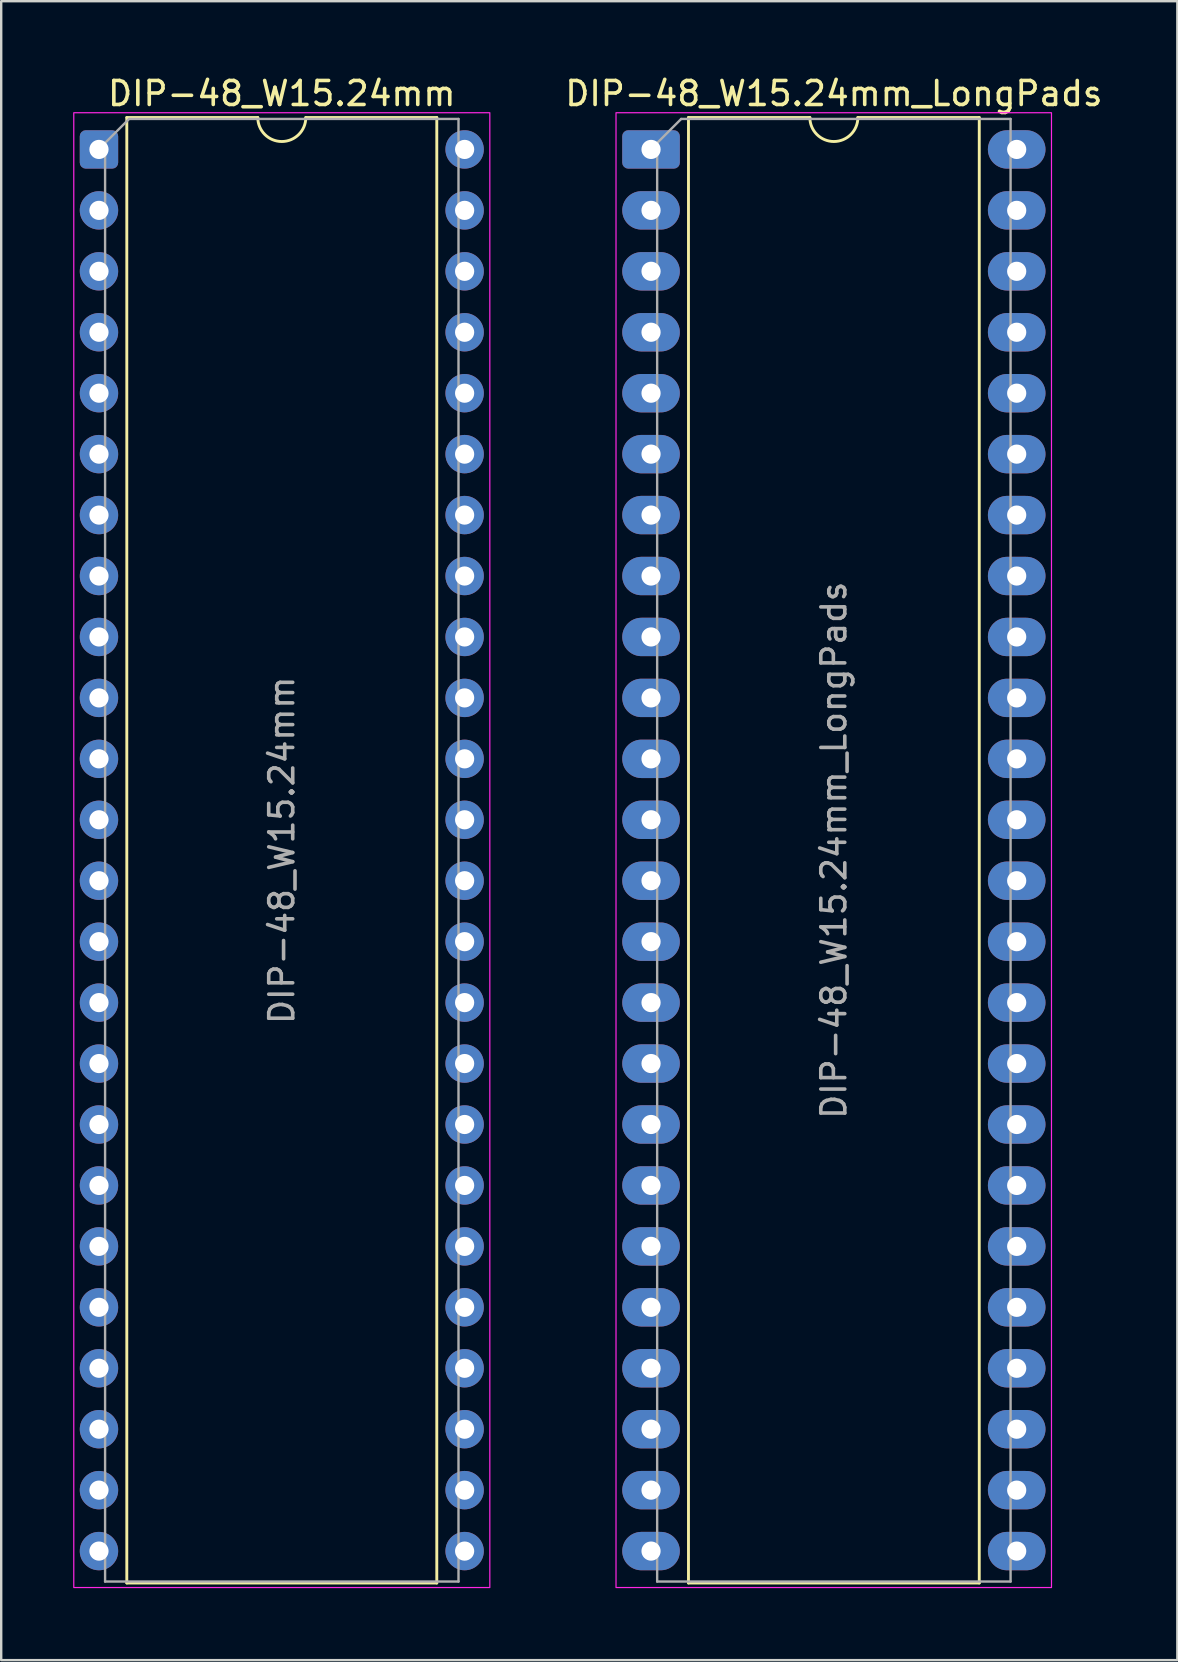
<source format=kicad_pcb>
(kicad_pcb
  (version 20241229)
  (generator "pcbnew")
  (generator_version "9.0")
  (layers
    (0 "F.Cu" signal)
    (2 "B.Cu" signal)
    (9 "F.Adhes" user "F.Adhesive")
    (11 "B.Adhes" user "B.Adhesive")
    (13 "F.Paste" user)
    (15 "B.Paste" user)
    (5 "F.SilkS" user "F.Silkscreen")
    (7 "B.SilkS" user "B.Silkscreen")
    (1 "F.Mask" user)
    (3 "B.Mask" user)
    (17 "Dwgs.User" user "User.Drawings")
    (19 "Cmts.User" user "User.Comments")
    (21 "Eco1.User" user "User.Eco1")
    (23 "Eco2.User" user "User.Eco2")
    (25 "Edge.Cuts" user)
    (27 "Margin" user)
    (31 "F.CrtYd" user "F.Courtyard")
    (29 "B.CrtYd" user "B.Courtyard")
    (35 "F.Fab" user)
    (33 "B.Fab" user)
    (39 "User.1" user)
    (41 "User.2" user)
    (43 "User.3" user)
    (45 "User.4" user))
  (footprint "DIP-48_W15.24mm"
    (layer "F.Cu")
    (at 1.075 3.178)
    (property "Reference" "DIP-48_W15.24mm" (at 7.62 -2.33 0) (layer "F.SilkS") (effects (font (size 1 1) (thickness 0.15))))
    (attr through_hole)
    (fp_line (start 1.16 -1.33) (end 1.16 59.75) (stroke (width 0.12) (type solid)) (layer "F.SilkS"))
    (fp_line (start 1.16 59.75) (end 14.08 59.75) (stroke (width 0.12) (type solid)) (layer "F.SilkS"))
    (fp_line (start 6.62 -1.33) (end 1.16 -1.33) (stroke (width 0.12) (type solid)) (layer "F.SilkS"))
    (fp_line (start 14.08 -1.33) (end 8.62 -1.33) (stroke (width 0.12) (type solid)) (layer "F.SilkS"))
    (fp_line (start 14.08 59.75) (end 14.08 -1.33) (stroke (width 0.12) (type solid)) (layer "F.SilkS"))
    (fp_arc (start 8.62 -1.33) (mid 7.62 -0.33) (end 6.62 -1.33) (stroke (width 0.12) (type solid)) (layer "F.SilkS"))
    (fp_rect (start -1.05 -1.53) (end 16.29 59.94) (stroke (width 0.05) (type solid)) (fill no) (layer "F.CrtYd"))
    (fp_line (start 0.255 -0.27) (end 1.255 -1.27) (stroke (width 0.1) (type solid)) (layer "F.Fab"))
    (fp_line (start 0.255 59.69) (end 0.255 -0.27) (stroke (width 0.1) (type solid)) (layer "F.Fab"))
    (fp_line (start 1.255 -1.27) (end 14.985 -1.27) (stroke (width 0.1) (type solid)) (layer "F.Fab"))
    (fp_line (start 14.985 -1.27) (end 14.985 59.69) (stroke (width 0.1) (type solid)) (layer "F.Fab"))
    (fp_line (start 14.985 59.69) (end 0.255 59.69) (stroke (width 0.1) (type solid)) (layer "F.Fab"))
    (fp_text user "${REFERENCE}" (at 7.62 29.21 90) (layer "F.Fab") (effects (font (size 1 1) (thickness 0.15))))
    (pad "1" thru_hole roundrect (at 0 0) (size 1.6 1.6) (drill 0.8) (layers "*.Cu" "*.Mask") (roundrect_rratio 0.156))
    (pad "2" thru_hole circle (at 0 2.54) (size 1.6 1.6) (drill 0.8) (layers "*.Cu" "*.Mask"))
    (pad "3" thru_hole circle (at 0 5.08) (size 1.6 1.6) (drill 0.8) (layers "*.Cu" "*.Mask"))
    (pad "4" thru_hole circle (at 0 7.62) (size 1.6 1.6) (drill 0.8) (layers "*.Cu" "*.Mask"))
    (pad "5" thru_hole circle (at 0 10.16) (size 1.6 1.6) (drill 0.8) (layers "*.Cu" "*.Mask"))
    (pad "6" thru_hole circle (at 0 12.7) (size 1.6 1.6) (drill 0.8) (layers "*.Cu" "*.Mask"))
    (pad "7" thru_hole circle (at 0 15.24) (size 1.6 1.6) (drill 0.8) (layers "*.Cu" "*.Mask"))
    (pad "8" thru_hole circle (at 0 17.78) (size 1.6 1.6) (drill 0.8) (layers "*.Cu" "*.Mask"))
    (pad "9" thru_hole circle (at 0 20.32) (size 1.6 1.6) (drill 0.8) (layers "*.Cu" "*.Mask"))
    (pad "10" thru_hole circle (at 0 22.86) (size 1.6 1.6) (drill 0.8) (layers "*.Cu" "*.Mask"))
    (pad "11" thru_hole circle (at 0 25.4) (size 1.6 1.6) (drill 0.8) (layers "*.Cu" "*.Mask"))
    (pad "12" thru_hole circle (at 0 27.94) (size 1.6 1.6) (drill 0.8) (layers "*.Cu" "*.Mask"))
    (pad "13" thru_hole circle (at 0 30.48) (size 1.6 1.6) (drill 0.8) (layers "*.Cu" "*.Mask"))
    (pad "14" thru_hole circle (at 0 33.02) (size 1.6 1.6) (drill 0.8) (layers "*.Cu" "*.Mask"))
    (pad "15" thru_hole circle (at 0 35.56) (size 1.6 1.6) (drill 0.8) (layers "*.Cu" "*.Mask"))
    (pad "16" thru_hole circle (at 0 38.1) (size 1.6 1.6) (drill 0.8) (layers "*.Cu" "*.Mask"))
    (pad "17" thru_hole circle (at 0 40.64) (size 1.6 1.6) (drill 0.8) (layers "*.Cu" "*.Mask"))
    (pad "18" thru_hole circle (at 0 43.18) (size 1.6 1.6) (drill 0.8) (layers "*.Cu" "*.Mask"))
    (pad "19" thru_hole circle (at 0 45.72) (size 1.6 1.6) (drill 0.8) (layers "*.Cu" "*.Mask"))
    (pad "20" thru_hole circle (at 0 48.26) (size 1.6 1.6) (drill 0.8) (layers "*.Cu" "*.Mask"))
    (pad "21" thru_hole circle (at 0 50.8) (size 1.6 1.6) (drill 0.8) (layers "*.Cu" "*.Mask"))
    (pad "22" thru_hole circle (at 0 53.34) (size 1.6 1.6) (drill 0.8) (layers "*.Cu" "*.Mask"))
    (pad "23" thru_hole circle (at 0 55.88) (size 1.6 1.6) (drill 0.8) (layers "*.Cu" "*.Mask"))
    (pad "24" thru_hole circle (at 0 58.42) (size 1.6 1.6) (drill 0.8) (layers "*.Cu" "*.Mask"))
    (pad "25" thru_hole circle (at 15.24 58.42) (size 1.6 1.6) (drill 0.8) (layers "*.Cu" "*.Mask"))
    (pad "26" thru_hole circle (at 15.24 55.88) (size 1.6 1.6) (drill 0.8) (layers "*.Cu" "*.Mask"))
    (pad "27" thru_hole circle (at 15.24 53.34) (size 1.6 1.6) (drill 0.8) (layers "*.Cu" "*.Mask"))
    (pad "28" thru_hole circle (at 15.24 50.8) (size 1.6 1.6) (drill 0.8) (layers "*.Cu" "*.Mask"))
    (pad "29" thru_hole circle (at 15.24 48.26) (size 1.6 1.6) (drill 0.8) (layers "*.Cu" "*.Mask"))
    (pad "30" thru_hole circle (at 15.24 45.72) (size 1.6 1.6) (drill 0.8) (layers "*.Cu" "*.Mask"))
    (pad "31" thru_hole circle (at 15.24 43.18) (size 1.6 1.6) (drill 0.8) (layers "*.Cu" "*.Mask"))
    (pad "32" thru_hole circle (at 15.24 40.64) (size 1.6 1.6) (drill 0.8) (layers "*.Cu" "*.Mask"))
    (pad "33" thru_hole circle (at 15.24 38.1) (size 1.6 1.6) (drill 0.8) (layers "*.Cu" "*.Mask"))
    (pad "34" thru_hole circle (at 15.24 35.56) (size 1.6 1.6) (drill 0.8) (layers "*.Cu" "*.Mask"))
    (pad "35" thru_hole circle (at 15.24 33.02) (size 1.6 1.6) (drill 0.8) (layers "*.Cu" "*.Mask"))
    (pad "36" thru_hole circle (at 15.24 30.48) (size 1.6 1.6) (drill 0.8) (layers "*.Cu" "*.Mask"))
    (pad "37" thru_hole circle (at 15.24 27.94) (size 1.6 1.6) (drill 0.8) (layers "*.Cu" "*.Mask"))
    (pad "38" thru_hole circle (at 15.24 25.4) (size 1.6 1.6) (drill 0.8) (layers "*.Cu" "*.Mask"))
    (pad "39" thru_hole circle (at 15.24 22.86) (size 1.6 1.6) (drill 0.8) (layers "*.Cu" "*.Mask"))
    (pad "40" thru_hole circle (at 15.24 20.32) (size 1.6 1.6) (drill 0.8) (layers "*.Cu" "*.Mask"))
    (pad "41" thru_hole circle (at 15.24 17.78) (size 1.6 1.6) (drill 0.8) (layers "*.Cu" "*.Mask"))
    (pad "42" thru_hole circle (at 15.24 15.24) (size 1.6 1.6) (drill 0.8) (layers "*.Cu" "*.Mask"))
    (pad "43" thru_hole circle (at 15.24 12.7) (size 1.6 1.6) (drill 0.8) (layers "*.Cu" "*.Mask"))
    (pad "44" thru_hole circle (at 15.24 10.16) (size 1.6 1.6) (drill 0.8) (layers "*.Cu" "*.Mask"))
    (pad "45" thru_hole circle (at 15.24 7.62) (size 1.6 1.6) (drill 0.8) (layers "*.Cu" "*.Mask"))
    (pad "46" thru_hole circle (at 15.24 5.08) (size 1.6 1.6) (drill 0.8) (layers "*.Cu" "*.Mask"))
    (pad "47" thru_hole circle (at 15.24 2.54) (size 1.6 1.6) (drill 0.8) (layers "*.Cu" "*.Mask"))
    (pad "48" thru_hole circle (at 15.24 0) (size 1.6 1.6) (drill 0.8) (layers "*.Cu" "*.Mask")))
  (footprint "DIP-48_W15.24mm_LongPads"
    (layer "F.Cu")
    (at 24.085 3.178)
    (property "Reference" "DIP-48_W15.24mm_LongPads" (at 7.62 -2.33 0) (layer "F.SilkS") (effects (font (size 1 1) (thickness 0.15))))
    (attr through_hole)
    (fp_line (start 1.56 -1.33) (end 1.56 59.75) (stroke (width 0.12) (type solid)) (layer "F.SilkS"))
    (fp_line (start 1.56 59.75) (end 13.68 59.75) (stroke (width 0.12) (type solid)) (layer "F.SilkS"))
    (fp_line (start 6.62 -1.33) (end 1.56 -1.33) (stroke (width 0.12) (type solid)) (layer "F.SilkS"))
    (fp_line (start 13.68 -1.33) (end 8.62 -1.33) (stroke (width 0.12) (type solid)) (layer "F.SilkS"))
    (fp_line (start 13.68 59.75) (end 13.68 -1.33) (stroke (width 0.12) (type solid)) (layer "F.SilkS"))
    (fp_arc (start 8.62 -1.33) (mid 7.62 -0.33) (end 6.62 -1.33) (stroke (width 0.12) (type solid)) (layer "F.SilkS"))
    (fp_rect (start -1.46 -1.53) (end 16.69 59.94) (stroke (width 0.05) (type solid)) (fill no) (layer "F.CrtYd"))
    (fp_line (start 0.255 -0.27) (end 1.255 -1.27) (stroke (width 0.1) (type solid)) (layer "F.Fab"))
    (fp_line (start 0.255 59.69) (end 0.255 -0.27) (stroke (width 0.1) (type solid)) (layer "F.Fab"))
    (fp_line (start 1.255 -1.27) (end 14.985 -1.27) (stroke (width 0.1) (type solid)) (layer "F.Fab"))
    (fp_line (start 14.985 -1.27) (end 14.985 59.69) (stroke (width 0.1) (type solid)) (layer "F.Fab"))
    (fp_line (start 14.985 59.69) (end 0.255 59.69) (stroke (width 0.1) (type solid)) (layer "F.Fab"))
    (fp_text user "${REFERENCE}" (at 7.62 29.21 90) (layer "F.Fab") (effects (font (size 1 1) (thickness 0.15))))
    (pad "1" thru_hole roundrect (at 0 0) (size 2.4 1.6) (drill 0.8) (layers "*.Cu" "*.Mask") (roundrect_rratio 0.156))
    (pad "2" thru_hole oval (at 0 2.54) (size 2.4 1.6) (drill 0.8) (layers "*.Cu" "*.Mask"))
    (pad "3" thru_hole oval (at 0 5.08) (size 2.4 1.6) (drill 0.8) (layers "*.Cu" "*.Mask"))
    (pad "4" thru_hole oval (at 0 7.62) (size 2.4 1.6) (drill 0.8) (layers "*.Cu" "*.Mask"))
    (pad "5" thru_hole oval (at 0 10.16) (size 2.4 1.6) (drill 0.8) (layers "*.Cu" "*.Mask"))
    (pad "6" thru_hole oval (at 0 12.7) (size 2.4 1.6) (drill 0.8) (layers "*.Cu" "*.Mask"))
    (pad "7" thru_hole oval (at 0 15.24) (size 2.4 1.6) (drill 0.8) (layers "*.Cu" "*.Mask"))
    (pad "8" thru_hole oval (at 0 17.78) (size 2.4 1.6) (drill 0.8) (layers "*.Cu" "*.Mask"))
    (pad "9" thru_hole oval (at 0 20.32) (size 2.4 1.6) (drill 0.8) (layers "*.Cu" "*.Mask"))
    (pad "10" thru_hole oval (at 0 22.86) (size 2.4 1.6) (drill 0.8) (layers "*.Cu" "*.Mask"))
    (pad "11" thru_hole oval (at 0 25.4) (size 2.4 1.6) (drill 0.8) (layers "*.Cu" "*.Mask"))
    (pad "12" thru_hole oval (at 0 27.94) (size 2.4 1.6) (drill 0.8) (layers "*.Cu" "*.Mask"))
    (pad "13" thru_hole oval (at 0 30.48) (size 2.4 1.6) (drill 0.8) (layers "*.Cu" "*.Mask"))
    (pad "14" thru_hole oval (at 0 33.02) (size 2.4 1.6) (drill 0.8) (layers "*.Cu" "*.Mask"))
    (pad "15" thru_hole oval (at 0 35.56) (size 2.4 1.6) (drill 0.8) (layers "*.Cu" "*.Mask"))
    (pad "16" thru_hole oval (at 0 38.1) (size 2.4 1.6) (drill 0.8) (layers "*.Cu" "*.Mask"))
    (pad "17" thru_hole oval (at 0 40.64) (size 2.4 1.6) (drill 0.8) (layers "*.Cu" "*.Mask"))
    (pad "18" thru_hole oval (at 0 43.18) (size 2.4 1.6) (drill 0.8) (layers "*.Cu" "*.Mask"))
    (pad "19" thru_hole oval (at 0 45.72) (size 2.4 1.6) (drill 0.8) (layers "*.Cu" "*.Mask"))
    (pad "20" thru_hole oval (at 0 48.26) (size 2.4 1.6) (drill 0.8) (layers "*.Cu" "*.Mask"))
    (pad "21" thru_hole oval (at 0 50.8) (size 2.4 1.6) (drill 0.8) (layers "*.Cu" "*.Mask"))
    (pad "22" thru_hole oval (at 0 53.34) (size 2.4 1.6) (drill 0.8) (layers "*.Cu" "*.Mask"))
    (pad "23" thru_hole oval (at 0 55.88) (size 2.4 1.6) (drill 0.8) (layers "*.Cu" "*.Mask"))
    (pad "24" thru_hole oval (at 0 58.42) (size 2.4 1.6) (drill 0.8) (layers "*.Cu" "*.Mask"))
    (pad "25" thru_hole oval (at 15.24 58.42) (size 2.4 1.6) (drill 0.8) (layers "*.Cu" "*.Mask"))
    (pad "26" thru_hole oval (at 15.24 55.88) (size 2.4 1.6) (drill 0.8) (layers "*.Cu" "*.Mask"))
    (pad "27" thru_hole oval (at 15.24 53.34) (size 2.4 1.6) (drill 0.8) (layers "*.Cu" "*.Mask"))
    (pad "28" thru_hole oval (at 15.24 50.8) (size 2.4 1.6) (drill 0.8) (layers "*.Cu" "*.Mask"))
    (pad "29" thru_hole oval (at 15.24 48.26) (size 2.4 1.6) (drill 0.8) (layers "*.Cu" "*.Mask"))
    (pad "30" thru_hole oval (at 15.24 45.72) (size 2.4 1.6) (drill 0.8) (layers "*.Cu" "*.Mask"))
    (pad "31" thru_hole oval (at 15.24 43.18) (size 2.4 1.6) (drill 0.8) (layers "*.Cu" "*.Mask"))
    (pad "32" thru_hole oval (at 15.24 40.64) (size 2.4 1.6) (drill 0.8) (layers "*.Cu" "*.Mask"))
    (pad "33" thru_hole oval (at 15.24 38.1) (size 2.4 1.6) (drill 0.8) (layers "*.Cu" "*.Mask"))
    (pad "34" thru_hole oval (at 15.24 35.56) (size 2.4 1.6) (drill 0.8) (layers "*.Cu" "*.Mask"))
    (pad "35" thru_hole oval (at 15.24 33.02) (size 2.4 1.6) (drill 0.8) (layers "*.Cu" "*.Mask"))
    (pad "36" thru_hole oval (at 15.24 30.48) (size 2.4 1.6) (drill 0.8) (layers "*.Cu" "*.Mask"))
    (pad "37" thru_hole oval (at 15.24 27.94) (size 2.4 1.6) (drill 0.8) (layers "*.Cu" "*.Mask"))
    (pad "38" thru_hole oval (at 15.24 25.4) (size 2.4 1.6) (drill 0.8) (layers "*.Cu" "*.Mask"))
    (pad "39" thru_hole oval (at 15.24 22.86) (size 2.4 1.6) (drill 0.8) (layers "*.Cu" "*.Mask"))
    (pad "40" thru_hole oval (at 15.24 20.32) (size 2.4 1.6) (drill 0.8) (layers "*.Cu" "*.Mask"))
    (pad "41" thru_hole oval (at 15.24 17.78) (size 2.4 1.6) (drill 0.8) (layers "*.Cu" "*.Mask"))
    (pad "42" thru_hole oval (at 15.24 15.24) (size 2.4 1.6) (drill 0.8) (layers "*.Cu" "*.Mask"))
    (pad "43" thru_hole oval (at 15.24 12.7) (size 2.4 1.6) (drill 0.8) (layers "*.Cu" "*.Mask"))
    (pad "44" thru_hole oval (at 15.24 10.16) (size 2.4 1.6) (drill 0.8) (layers "*.Cu" "*.Mask"))
    (pad "45" thru_hole oval (at 15.24 7.62) (size 2.4 1.6) (drill 0.8) (layers "*.Cu" "*.Mask"))
    (pad "46" thru_hole oval (at 15.24 5.08) (size 2.4 1.6) (drill 0.8) (layers "*.Cu" "*.Mask"))
    (pad "47" thru_hole oval (at 15.24 2.54) (size 2.4 1.6) (drill 0.8) (layers "*.Cu" "*.Mask"))
    (pad "48" thru_hole oval (at 15.24 0) (size 2.4 1.6) (drill 0.8) (layers "*.Cu" "*.Mask")))
  (gr_rect
    (start -3 -3)
    (end 46.021 66.143)
    (stroke (width 0.1) (type default))
    (fill no)
    (layer "Edge.Cuts")))
</source>
